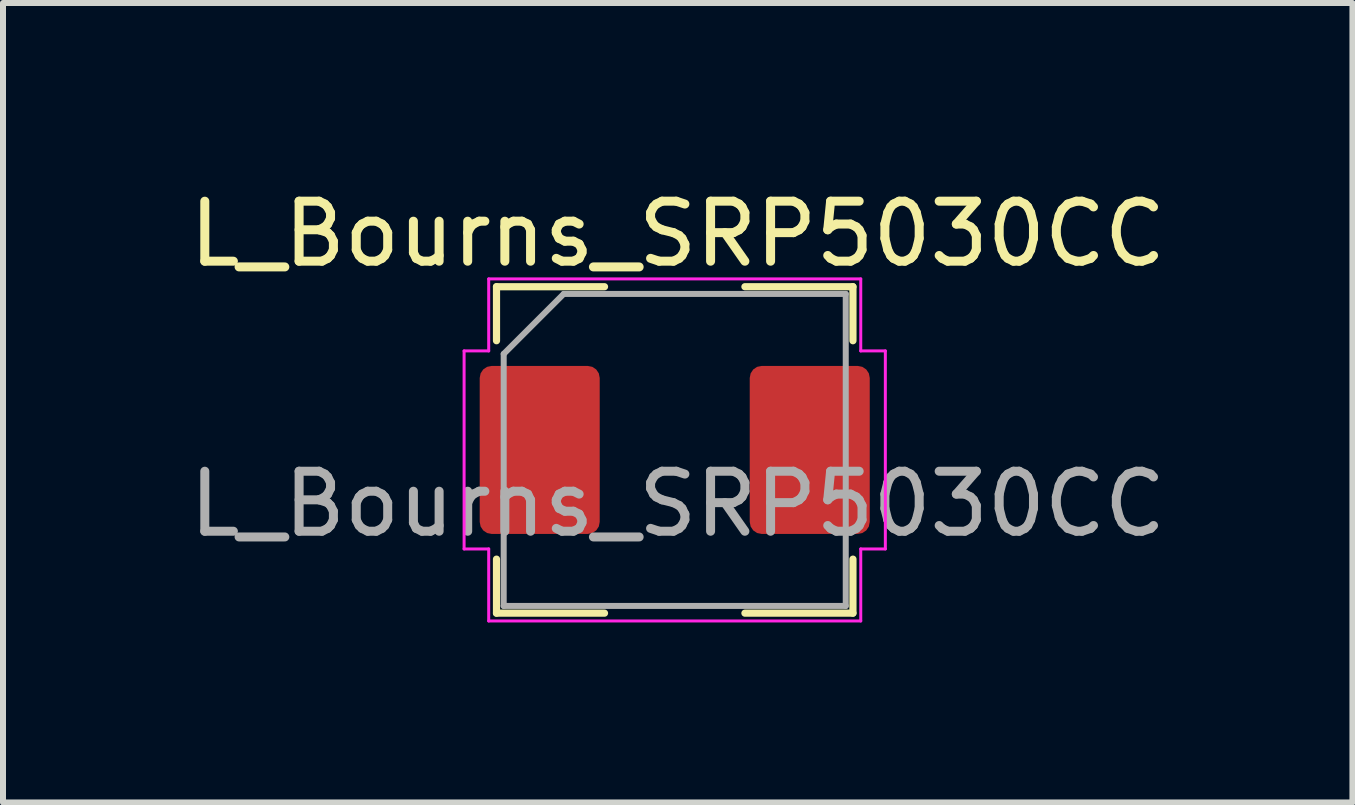
<source format=kicad_pcb>
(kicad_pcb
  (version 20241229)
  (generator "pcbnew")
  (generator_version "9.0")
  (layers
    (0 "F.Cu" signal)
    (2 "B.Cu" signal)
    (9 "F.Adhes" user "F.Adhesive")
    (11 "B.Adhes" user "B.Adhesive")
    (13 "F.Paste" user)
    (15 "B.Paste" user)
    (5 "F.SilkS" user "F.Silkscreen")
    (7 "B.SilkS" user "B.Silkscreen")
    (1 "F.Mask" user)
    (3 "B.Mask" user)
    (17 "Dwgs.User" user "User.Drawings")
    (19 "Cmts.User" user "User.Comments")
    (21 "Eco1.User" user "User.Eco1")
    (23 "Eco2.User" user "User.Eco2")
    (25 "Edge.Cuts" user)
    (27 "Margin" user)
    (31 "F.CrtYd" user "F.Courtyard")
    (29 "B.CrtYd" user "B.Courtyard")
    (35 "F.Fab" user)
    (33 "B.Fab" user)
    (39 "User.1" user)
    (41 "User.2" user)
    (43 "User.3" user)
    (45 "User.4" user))
  (footprint "L_Bourns_SRP5030CC"
    (layer "F.Cu")
    (at 8.244 4.448)
    (property "Reference" "L_Bourns_SRP5030CC" (at 0 -3.6 0) (unlocked yes) (layer "F.SilkS") (effects (font (size 1 1) (thickness 0.15))))
    (attr smd)
    (fp_line (start -3.02 -2.72) (end -3.02 -1.82) (stroke (width 0.12) (type solid)) (layer "F.SilkS"))
    (fp_line (start -3.02 -2.72) (end -1.22 -2.72) (stroke (width 0.12) (type solid)) (layer "F.SilkS"))
    (fp_line (start -3.02 1.82) (end -3.02 2.72) (stroke (width 0.12) (type solid)) (layer "F.SilkS"))
    (fp_line (start -3.02 2.72) (end -1.22 2.72) (stroke (width 0.12) (type solid)) (layer "F.SilkS"))
    (fp_line (start 1.12 -2.72) (end 2.92 -2.72) (stroke (width 0.12) (type solid)) (layer "F.SilkS"))
    (fp_line (start 1.12 2.72) (end 2.92 2.72) (stroke (width 0.12) (type solid)) (layer "F.SilkS"))
    (fp_line (start 2.92 -2.72) (end 2.92 -1.82) (stroke (width 0.12) (type solid)) (layer "F.SilkS"))
    (fp_line (start 2.92 1.82) (end 2.92 2.72) (stroke (width 0.12) (type solid)) (layer "F.SilkS"))
    (fp_line (start -3.56 -1.65) (end -3.56 1.65) (stroke (width 0.05) (type solid)) (layer "F.CrtYd"))
    (fp_line (start -3.56 1.65) (end -3.15 1.65) (stroke (width 0.05) (type solid)) (layer "F.CrtYd"))
    (fp_line (start -3.15 -2.85) (end -3.15 -1.65) (stroke (width 0.05) (type solid)) (layer "F.CrtYd"))
    (fp_line (start -3.15 -2.85) (end 3.05 -2.85) (stroke (width 0.05) (type solid)) (layer "F.CrtYd"))
    (fp_line (start -3.15 -1.65) (end -3.56 -1.65) (stroke (width 0.05) (type solid)) (layer "F.CrtYd"))
    (fp_line (start -3.15 1.65) (end -3.15 2.85) (stroke (width 0.05) (type solid)) (layer "F.CrtYd"))
    (fp_line (start -3.15 2.85) (end 3.05 2.85) (stroke (width 0.05) (type solid)) (layer "F.CrtYd"))
    (fp_line (start 3.05 -2.85) (end 3.05 -1.65) (stroke (width 0.05) (type solid)) (layer "F.CrtYd"))
    (fp_line (start 3.05 -1.65) (end 3.46 -1.65) (stroke (width 0.05) (type solid)) (layer "F.CrtYd"))
    (fp_line (start 3.05 1.65) (end 3.05 2.85) (stroke (width 0.05) (type solid)) (layer "F.CrtYd"))
    (fp_line (start 3.46 -1.65) (end 3.46 1.65) (stroke (width 0.05) (type solid)) (layer "F.CrtYd"))
    (fp_line (start 3.46 1.65) (end 3.05 1.65) (stroke (width 0.05) (type solid)) (layer "F.CrtYd"))
    (fp_line (start -2.9 -1.6) (end -1.9 -2.6) (stroke (width 0.1) (type solid)) (layer "F.Fab"))
    (fp_line (start -2.9 2.6) (end -2.9 -1.6) (stroke (width 0.1) (type solid)) (layer "F.Fab"))
    (fp_line (start -1.9 -2.6) (end 2.8 -2.6) (stroke (width 0.1) (type solid)) (layer "F.Fab"))
    (fp_line (start 2.8 -2.6) (end 2.8 2.6) (stroke (width 0.1) (type solid)) (layer "F.Fab"))
    (fp_line (start 2.8 2.6) (end -2.9 2.6) (stroke (width 0.1) (type solid)) (layer "F.Fab"))
    (fp_text user "${REFERENCE}" (at 0 0.9 0) (unlocked yes) (layer "F.Fab") (effects (font (size 1 1) (thickness 0.15))))
    (pad "1" smd roundrect (at -2.3 0) (size 2 2.8) (layers "F.Cu" "F.Mask" "F.Paste") (roundrect_rratio 0.1))
    (pad "2" smd roundrect (at 2.2 0) (size 2 2.8) (layers "F.Cu" "F.Mask" "F.Paste") (roundrect_rratio 0.1)))
  (gr_rect
    (start -3 -3)
    (end 19.488 10.323)
    (stroke (width 0.1) (type default))
    (fill no)
    (layer "Edge.Cuts")))
</source>
